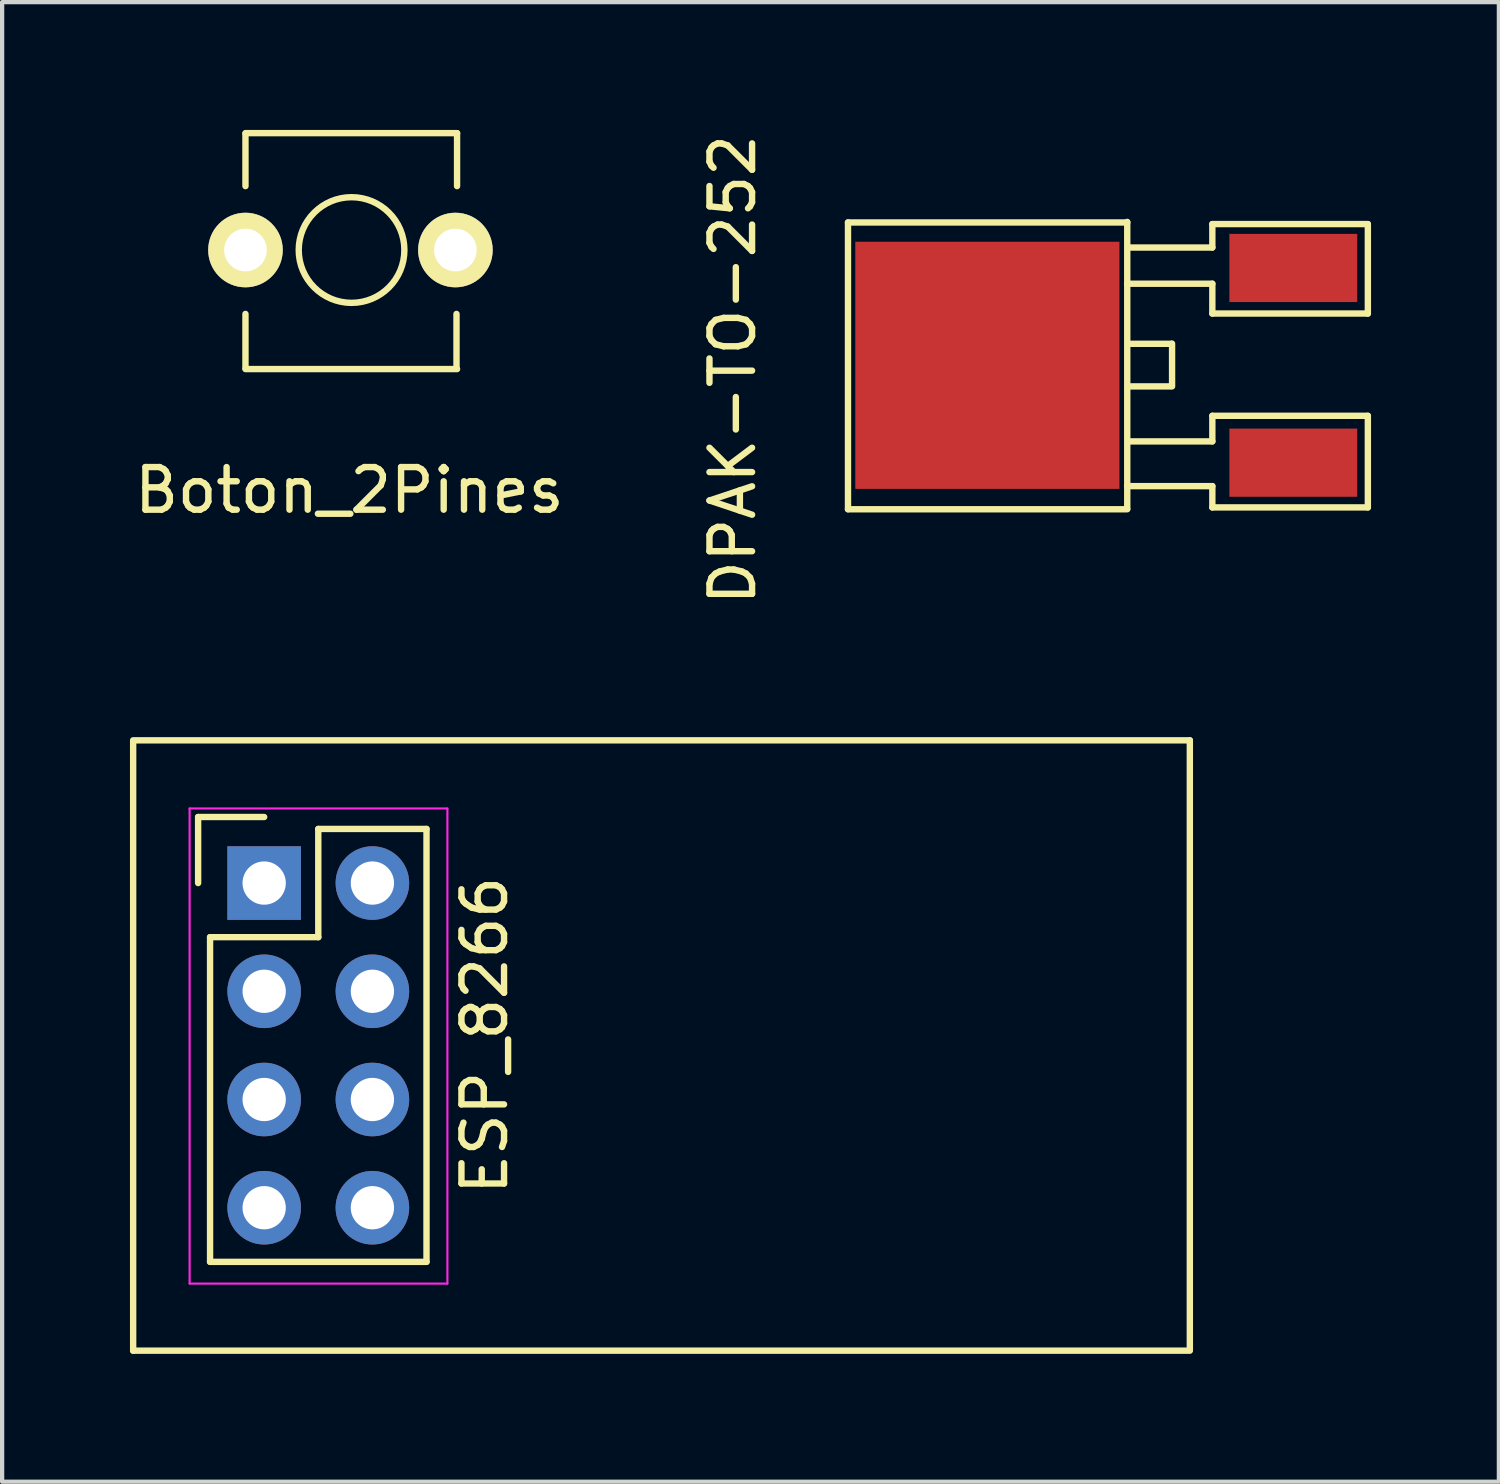
<source format=kicad_pcb>
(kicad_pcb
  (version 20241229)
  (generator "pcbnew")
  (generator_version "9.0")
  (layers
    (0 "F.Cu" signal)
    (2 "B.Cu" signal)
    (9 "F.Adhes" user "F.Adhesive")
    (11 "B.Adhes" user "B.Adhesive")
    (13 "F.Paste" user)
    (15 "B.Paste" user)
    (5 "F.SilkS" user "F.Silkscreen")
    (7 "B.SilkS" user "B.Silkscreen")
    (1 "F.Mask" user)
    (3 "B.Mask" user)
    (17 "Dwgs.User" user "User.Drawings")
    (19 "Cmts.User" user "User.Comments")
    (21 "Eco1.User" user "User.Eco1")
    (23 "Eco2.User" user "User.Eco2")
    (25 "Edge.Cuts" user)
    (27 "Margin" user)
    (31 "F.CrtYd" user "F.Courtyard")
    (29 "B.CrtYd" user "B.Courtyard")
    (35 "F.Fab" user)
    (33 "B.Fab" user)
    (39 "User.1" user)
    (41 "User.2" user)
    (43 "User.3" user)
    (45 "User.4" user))
  (footprint "ESP_8266"
    (layer "F.Cu")
    (at 3.15 17.675)
    (property "Reference" "ESP_8266" (at 5.175 3.575 90) (layer "F.SilkS") (effects (font (size 1 1) (thickness 0.15))))
    (attr through_hole)
    (fp_line (start -3.075 -3.35) (end 21.725 -3.35) (stroke (width 0.15) (type solid)) (layer "F.SilkS"))
    (fp_line (start -3.075 -3.325) (end -3.075 10.975) (stroke (width 0.15) (type solid)) (layer "F.SilkS"))
    (fp_line (start -3.075 10.975) (end 21.725 10.975) (stroke (width 0.15) (type solid)) (layer "F.SilkS"))
    (fp_line (start -1.55 -1.55) (end -1.55 0) (stroke (width 0.15) (type solid)) (layer "F.SilkS"))
    (fp_line (start -1.27 1.27) (end -1.27 8.89) (stroke (width 0.15) (type solid)) (layer "F.SilkS"))
    (fp_line (start -1.27 8.89) (end 3.81 8.89) (stroke (width 0.15) (type solid)) (layer "F.SilkS"))
    (fp_line (start 0 -1.55) (end -1.55 -1.55) (stroke (width 0.15) (type solid)) (layer "F.SilkS"))
    (fp_line (start 1.27 -1.27) (end 1.27 1.27) (stroke (width 0.15) (type solid)) (layer "F.SilkS"))
    (fp_line (start 1.27 1.27) (end -1.27 1.27) (stroke (width 0.15) (type solid)) (layer "F.SilkS"))
    (fp_line (start 3.81 -1.27) (end 1.27 -1.27) (stroke (width 0.15) (type solid)) (layer "F.SilkS"))
    (fp_line (start 3.81 8.89) (end 3.81 -1.27) (stroke (width 0.15) (type solid)) (layer "F.SilkS"))
    (fp_line (start 21.725 -3.35) (end 21.725 10.95) (stroke (width 0.15) (type solid)) (layer "F.SilkS"))
    (fp_line (start -1.75 -1.75) (end -1.75 9.4) (stroke (width 0.05) (type solid)) (layer "F.CrtYd"))
    (fp_line (start -1.75 -1.75) (end 4.3 -1.75) (stroke (width 0.05) (type solid)) (layer "F.CrtYd"))
    (fp_line (start -1.75 9.4) (end 4.3 9.4) (stroke (width 0.05) (type solid)) (layer "F.CrtYd"))
    (fp_line (start 4.3 -1.75) (end 4.3 9.4) (stroke (width 0.05) (type solid)) (layer "F.CrtYd"))
    (pad "1" thru_hole oval (at 2.54 0) (size 1.727 1.727) (drill 1.016) (layers "*.Cu" "*.Mask"))
    (pad "2" thru_hole rect (at 0 0) (size 1.727 1.727) (drill 1.016) (layers "*.Cu" "*.Mask"))
    (pad "3" thru_hole oval (at 2.54 2.54) (size 1.727 1.727) (drill 1.016) (layers "*.Cu" "*.Mask"))
    (pad "4" thru_hole oval (at 0 2.54) (size 1.727 1.727) (drill 1.016) (layers "*.Cu" "*.Mask"))
    (pad "5" thru_hole oval (at 2.54 5.08) (size 1.727 1.727) (drill 1.016) (layers "*.Cu" "*.Mask"))
    (pad "6" thru_hole oval (at 0 5.08) (size 1.727 1.727) (drill 1.016) (layers "*.Cu" "*.Mask"))
    (pad "7" thru_hole oval (at 2.54 7.62) (size 1.727 1.727) (drill 1.016) (layers "*.Cu" "*.Mask"))
    (pad "8" thru_hole oval (at 0 7.62) (size 1.727 1.727) (drill 1.016) (layers "*.Cu" "*.Mask")))
  (footprint "DPAK-TO-252"
    (layer "F.Cu")
    (at 27.303 7.809)
    (property "Reference" "DPAK-TO-252" (at -13.157 -2.184 90) (layer "F.SilkS") (effects (font (size 1 1) (thickness 0.15))))
    (attr through_hole)
    (fp_line (start -10.451 -5.638) (end -3.897 -5.638) (stroke (width 0.15) (type solid)) (layer "F.SilkS"))
    (fp_line (start -10.451 1.092) (end -10.451 -5.638) (stroke (width 0.15) (type solid)) (layer "F.SilkS"))
    (fp_line (start -10.451 1.093) (end -3.897 1.093) (stroke (width 0.15) (type solid)) (layer "F.SilkS"))
    (fp_line (start -3.897 1.079) (end -3.897 -5.651) (stroke (width 0.15) (type solid)) (layer "F.SilkS"))
    (fp_line (start -3.885 -1.79) (end -2.885 -1.79) (stroke (width 0.15) (type solid)) (layer "F.SilkS"))
    (fp_line (start -3.859 -2.79) (end -2.859 -2.79) (stroke (width 0.15) (type solid)) (layer "F.SilkS"))
    (fp_line (start -3.85 -5.05) (end -1.9 -5.05) (stroke (width 0.15) (type solid)) (layer "F.SilkS"))
    (fp_line (start -3.85 -0.5) (end -1.9 -0.5) (stroke (width 0.15) (type solid)) (layer "F.SilkS"))
    (fp_line (start -2.845 -2.794) (end -2.845 -1.791) (stroke (width 0.15) (type solid)) (layer "F.SilkS"))
    (fp_line (start -1.9 -5.6) (end 1.75 -5.6) (stroke (width 0.15) (type solid)) (layer "F.SilkS"))
    (fp_line (start -1.9 -5.05) (end -1.9 -5.6) (stroke (width 0.15) (type solid)) (layer "F.SilkS"))
    (fp_line (start -1.9 -4.2) (end -3.9 -4.2) (stroke (width 0.15) (type solid)) (layer "F.SilkS"))
    (fp_line (start -1.9 -3.5) (end -1.9 -4.2) (stroke (width 0.15) (type solid)) (layer "F.SilkS"))
    (fp_line (start -1.9 -1.1) (end 1.75 -1.1) (stroke (width 0.15) (type solid)) (layer "F.SilkS"))
    (fp_line (start -1.9 -0.5) (end -1.9 -1.1) (stroke (width 0.15) (type solid)) (layer "F.SilkS"))
    (fp_line (start -1.9 0.55) (end -3.9 0.55) (stroke (width 0.15) (type solid)) (layer "F.SilkS"))
    (fp_line (start -1.9 1.05) (end -1.9 0.55) (stroke (width 0.15) (type solid)) (layer "F.SilkS"))
    (fp_line (start 1.75 -5.6) (end 1.75 -3.5) (stroke (width 0.15) (type solid)) (layer "F.SilkS"))
    (fp_line (start 1.75 -3.5) (end -1.9 -3.5) (stroke (width 0.15) (type solid)) (layer "F.SilkS"))
    (fp_line (start 1.75 -1.1) (end 1.75 1.05) (stroke (width 0.15) (type solid)) (layer "F.SilkS"))
    (fp_line (start 1.75 1.05) (end -1.9 1.05) (stroke (width 0.15) (type solid)) (layer "F.SilkS"))
    (pad "1" smd rect (at 0 0) (size 3 1.6) (layers "F.Cu" "F.Mask" "F.Paste"))
    (pad "2" smd rect (at -7.18 -2.285) (size 6.2 5.8) (layers "F.Cu" "F.Mask" "F.Paste"))
    (pad "3" smd rect (at 0 -4.57) (size 3 1.6) (layers "F.Cu" "F.Mask" "F.Paste")))
  (footprint "Boton_2Pines"
    (layer "F.Cu")
    (at 5.2 2.818)
    (property "Reference" "Boton_2Pines" (at -0.051 5.639 0) (layer "F.SilkS") (effects (font (size 1 1) (thickness 0.15))))
    (attr through_hole)
    (fp_line (start -2.489 -2.731) (end -2.489 -1.5) (stroke (width 0.15) (type solid)) (layer "F.SilkS"))
    (fp_line (start -2.489 1.5) (end -2.489 2.772) (stroke (width 0.15) (type solid)) (layer "F.SilkS"))
    (fp_line (start -2.489 2.794) (end 2.477 2.794) (stroke (width 0.15) (type solid)) (layer "F.SilkS"))
    (fp_line (start 2.464 1.5) (end 2.464 2.785) (stroke (width 0.15) (type solid)) (layer "F.SilkS"))
    (fp_line (start 2.477 -2.743) (end -2.489 -2.743) (stroke (width 0.15) (type solid)) (layer "F.SilkS"))
    (fp_line (start 2.477 -2.743) (end 2.477 -1.5) (stroke (width 0.15) (type solid)) (layer "F.SilkS"))
    (fp_circle (center 0.001 0) (end 0.712 1.016) (stroke (width 0.15) (type solid)) (fill no) (layer "F.SilkS"))
    (pad "1" thru_hole circle (at -2.489 0) (size 1.75 1.75) (drill 1) (layers "*.Cu" "*.Mask" "F.SilkS"))
    (pad "2" thru_hole circle (at 2.438 0) (size 1.75 1.75) (drill 1) (layers "*.Cu" "*.Mask" "F.SilkS")))
  (gr_rect
    (start -3 -3)
    (end 32.128 31.725)
    (stroke (width 0.1) (type default))
    (fill no)
    (layer "Edge.Cuts")))
</source>
